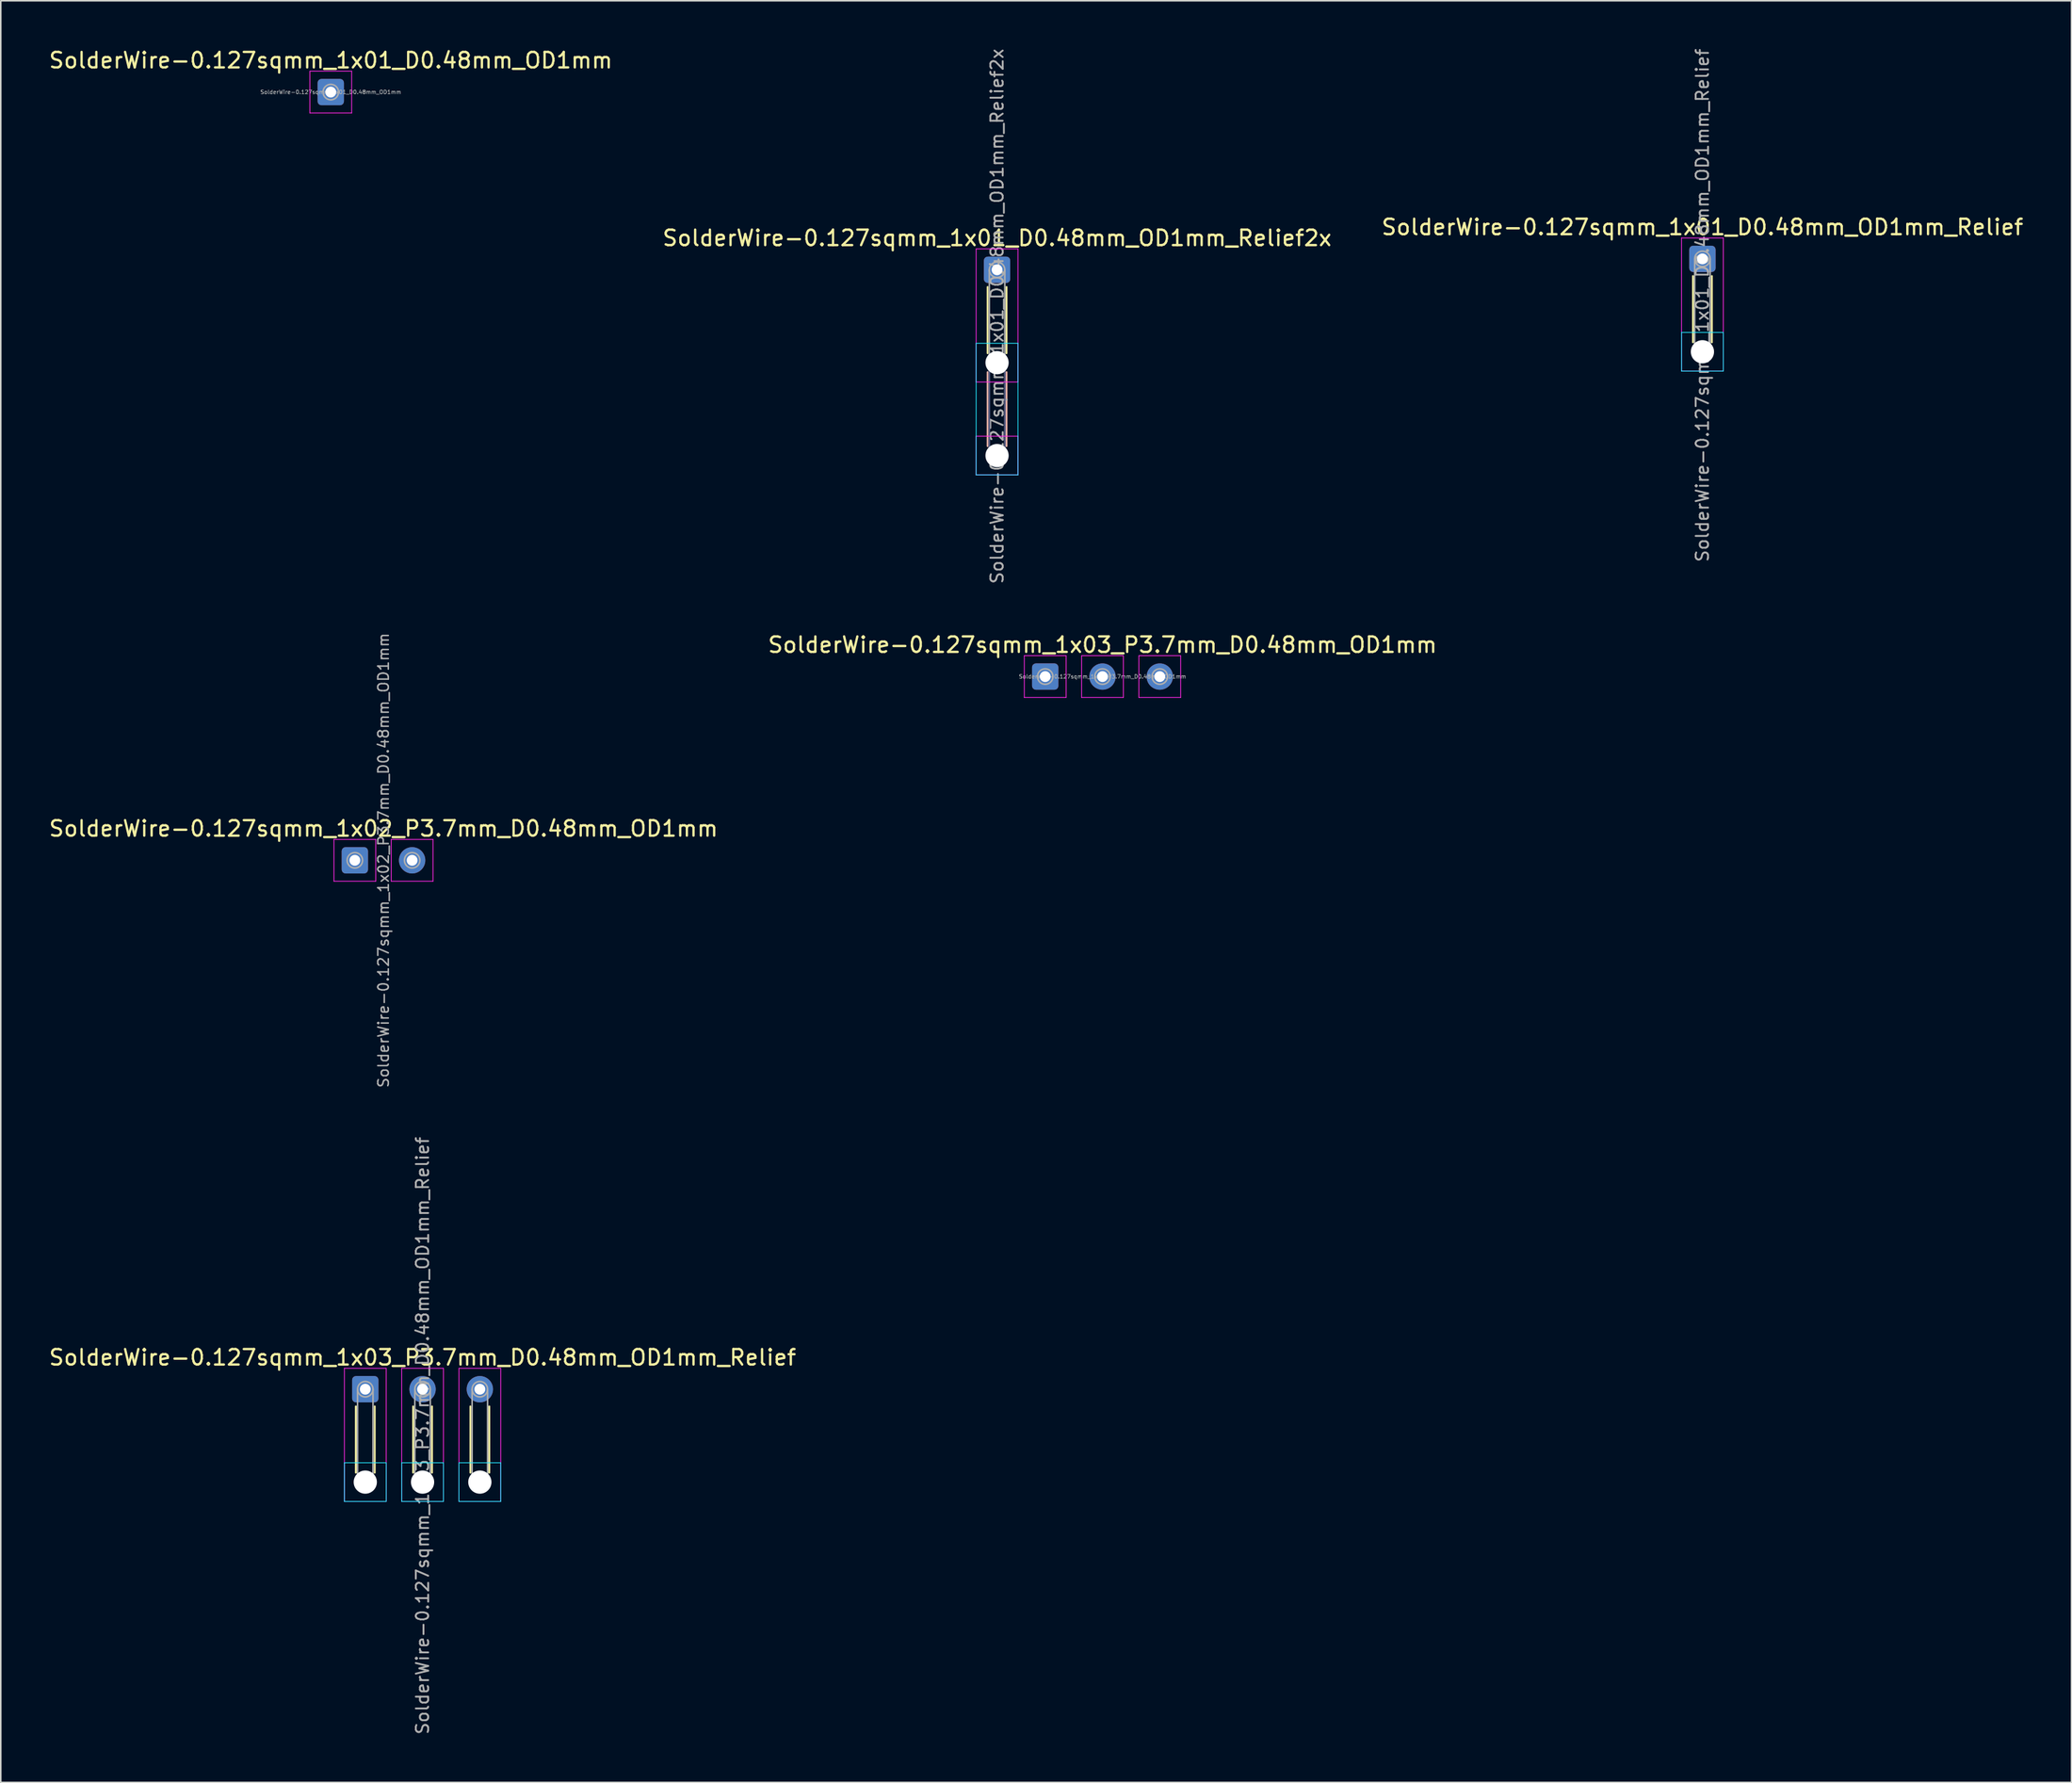
<source format=kicad_pcb>
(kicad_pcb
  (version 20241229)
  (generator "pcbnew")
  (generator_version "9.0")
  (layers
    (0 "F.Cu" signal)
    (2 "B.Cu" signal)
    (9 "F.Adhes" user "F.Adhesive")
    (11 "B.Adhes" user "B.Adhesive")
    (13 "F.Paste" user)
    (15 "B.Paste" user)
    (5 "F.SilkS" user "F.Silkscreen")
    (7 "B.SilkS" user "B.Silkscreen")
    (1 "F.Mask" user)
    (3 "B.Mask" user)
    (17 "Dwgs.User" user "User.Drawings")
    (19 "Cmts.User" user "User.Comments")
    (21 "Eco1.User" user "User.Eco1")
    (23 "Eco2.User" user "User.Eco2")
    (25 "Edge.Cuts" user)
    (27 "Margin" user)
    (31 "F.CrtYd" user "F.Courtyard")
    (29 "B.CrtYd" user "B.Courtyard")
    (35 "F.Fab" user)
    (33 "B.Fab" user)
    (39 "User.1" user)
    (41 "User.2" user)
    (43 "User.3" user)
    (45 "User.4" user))
  (footprint "SolderWire-0.127sqmm_1x03_P3.7mm_D0.48mm_OD1mm_Relief"
    (layer "F.Cu")
    (at 20.544 86.681)
    (property "Reference" "SolderWire-0.127sqmm_1x03_P3.7mm_D0.48mm_OD1mm_Relief" (at 3.7 -2.05 0) (layer "F.SilkS") (effects (font (size 1 1) (thickness 0.15))))
    (attr exclude_from_pos_files exclude_from_bom)
    (fp_line (start -0.61 1.11) (end -0.61 5.39) (stroke (width 0.12) (type solid)) (layer "F.SilkS"))
    (fp_line (start 0.61 1.11) (end 0.61 5.39) (stroke (width 0.12) (type solid)) (layer "F.SilkS"))
    (fp_line (start 3.09 1.11) (end 3.09 5.39) (stroke (width 0.12) (type solid)) (layer "F.SilkS"))
    (fp_line (start 4.31 1.11) (end 4.31 5.39) (stroke (width 0.12) (type solid)) (layer "F.SilkS"))
    (fp_line (start 6.79 1.11) (end 6.79 5.39) (stroke (width 0.12) (type solid)) (layer "F.SilkS"))
    (fp_line (start 8.01 1.11) (end 8.01 5.39) (stroke (width 0.12) (type solid)) (layer "F.SilkS"))
    (fp_line (start -1.35 4.75) (end -1.35 7.25) (stroke (width 0.05) (type solid)) (layer "B.CrtYd"))
    (fp_line (start -1.35 7.25) (end 1.35 7.25) (stroke (width 0.05) (type solid)) (layer "B.CrtYd"))
    (fp_line (start 1.35 4.75) (end -1.35 4.75) (stroke (width 0.05) (type solid)) (layer "B.CrtYd"))
    (fp_line (start 1.35 7.25) (end 1.35 4.75) (stroke (width 0.05) (type solid)) (layer "B.CrtYd"))
    (fp_line (start 2.35 4.75) (end 2.35 7.25) (stroke (width 0.05) (type solid)) (layer "B.CrtYd"))
    (fp_line (start 2.35 7.25) (end 5.05 7.25) (stroke (width 0.05) (type solid)) (layer "B.CrtYd"))
    (fp_line (start 5.05 4.75) (end 2.35 4.75) (stroke (width 0.05) (type solid)) (layer "B.CrtYd"))
    (fp_line (start 5.05 7.25) (end 5.05 4.75) (stroke (width 0.05) (type solid)) (layer "B.CrtYd"))
    (fp_line (start 6.05 4.75) (end 6.05 7.25) (stroke (width 0.05) (type solid)) (layer "B.CrtYd"))
    (fp_line (start 6.05 7.25) (end 8.75 7.25) (stroke (width 0.05) (type solid)) (layer "B.CrtYd"))
    (fp_line (start 8.75 4.75) (end 6.05 4.75) (stroke (width 0.05) (type solid)) (layer "B.CrtYd"))
    (fp_line (start 8.75 7.25) (end 8.75 4.75) (stroke (width 0.05) (type solid)) (layer "B.CrtYd"))
    (fp_line (start -1.35 -1.35) (end -1.35 7.25) (stroke (width 0.05) (type solid)) (layer "F.CrtYd"))
    (fp_line (start -1.35 7.25) (end 1.35 7.25) (stroke (width 0.05) (type solid)) (layer "F.CrtYd"))
    (fp_line (start 1.35 -1.35) (end -1.35 -1.35) (stroke (width 0.05) (type solid)) (layer "F.CrtYd"))
    (fp_line (start 1.35 7.25) (end 1.35 -1.35) (stroke (width 0.05) (type solid)) (layer "F.CrtYd"))
    (fp_line (start 2.35 -1.35) (end 2.35 7.25) (stroke (width 0.05) (type solid)) (layer "F.CrtYd"))
    (fp_line (start 2.35 7.25) (end 5.05 7.25) (stroke (width 0.05) (type solid)) (layer "F.CrtYd"))
    (fp_line (start 5.05 -1.35) (end 2.35 -1.35) (stroke (width 0.05) (type solid)) (layer "F.CrtYd"))
    (fp_line (start 5.05 7.25) (end 5.05 -1.35) (stroke (width 0.05) (type solid)) (layer "F.CrtYd"))
    (fp_line (start 6.05 -1.35) (end 6.05 7.25) (stroke (width 0.05) (type solid)) (layer "F.CrtYd"))
    (fp_line (start 6.05 7.25) (end 8.75 7.25) (stroke (width 0.05) (type solid)) (layer "F.CrtYd"))
    (fp_line (start 8.75 -1.35) (end 6.05 -1.35) (stroke (width 0.05) (type solid)) (layer "F.CrtYd"))
    (fp_line (start 8.75 7.25) (end 8.75 -1.35) (stroke (width 0.05) (type solid)) (layer "F.CrtYd"))
    (fp_line (start -0.5 0) (end -0.5 6) (stroke (width 0.1) (type solid)) (layer "F.Fab"))
    (fp_line (start 0.5 0) (end 0.5 6) (stroke (width 0.1) (type solid)) (layer "F.Fab"))
    (fp_line (start 3.2 0) (end 3.2 6) (stroke (width 0.1) (type solid)) (layer "F.Fab"))
    (fp_line (start 4.2 0) (end 4.2 6) (stroke (width 0.1) (type solid)) (layer "F.Fab"))
    (fp_line (start 6.9 0) (end 6.9 6) (stroke (width 0.1) (type solid)) (layer "F.Fab"))
    (fp_line (start 7.9 0) (end 7.9 6) (stroke (width 0.1) (type solid)) (layer "F.Fab"))
    (fp_circle (center 0 0) (end 0.5 0) (stroke (width 0.1) (type solid)) (fill no) (layer "F.Fab"))
    (fp_circle (center 0 6) (end 0.5 6) (stroke (width 0.1) (type solid)) (fill no) (layer "F.Fab"))
    (fp_circle (center 3.7 0) (end 4.2 0) (stroke (width 0.1) (type solid)) (fill no) (layer "F.Fab"))
    (fp_circle (center 3.7 6) (end 4.2 6) (stroke (width 0.1) (type solid)) (fill no) (layer "F.Fab"))
    (fp_circle (center 7.4 0) (end 7.9 0) (stroke (width 0.1) (type solid)) (fill no) (layer "F.Fab"))
    (fp_circle (center 7.4 6) (end 7.9 6) (stroke (width 0.1) (type solid)) (fill no) (layer "F.Fab"))
    (fp_text user "${REFERENCE}" (at 3.7 3 90) (layer "F.Fab") (effects (font (size 0.8 0.8) (thickness 0.12))))
    (pad "" np_thru_hole circle (at 0 6) (size 1.5 1.5) (drill 1.5) (layers "*.Cu" "*.Mask"))
    (pad "" np_thru_hole circle (at 3.7 6) (size 1.5 1.5) (drill 1.5) (layers "*.Cu" "*.Mask"))
    (pad "" np_thru_hole circle (at 7.4 6) (size 1.5 1.5) (drill 1.5) (layers "*.Cu" "*.Mask"))
    (pad "1" thru_hole roundrect (at 0 0) (size 1.7 1.7) (drill 0.7) (layers "*.Cu" "*.Mask") (roundrect_rratio 0.147))
    (pad "2" thru_hole circle (at 3.7 0) (size 1.7 1.7) (drill 0.7) (layers "*.Cu" "*.Mask"))
    (pad "3" thru_hole circle (at 7.4 0) (size 1.7 1.7) (drill 0.7) (layers "*.Cu" "*.Mask")))
  (footprint "SolderWire-0.127sqmm_1x03_P3.7mm_D0.48mm_OD1mm"
    (layer "F.Cu")
    (at 64.461 40.651)
    (property "Reference" "SolderWire-0.127sqmm_1x03_P3.7mm_D0.48mm_OD1mm" (at 3.7 -2.05 0) (layer "F.SilkS") (effects (font (size 1 1) (thickness 0.15))))
    (attr exclude_from_pos_files exclude_from_bom)
    (fp_line (start -1.35 -1.35) (end -1.35 1.35) (stroke (width 0.05) (type solid)) (layer "F.CrtYd"))
    (fp_line (start -1.35 1.35) (end 1.35 1.35) (stroke (width 0.05) (type solid)) (layer "F.CrtYd"))
    (fp_line (start 1.35 -1.35) (end -1.35 -1.35) (stroke (width 0.05) (type solid)) (layer "F.CrtYd"))
    (fp_line (start 1.35 1.35) (end 1.35 -1.35) (stroke (width 0.05) (type solid)) (layer "F.CrtYd"))
    (fp_line (start 2.35 -1.35) (end 2.35 1.35) (stroke (width 0.05) (type solid)) (layer "F.CrtYd"))
    (fp_line (start 2.35 1.35) (end 5.05 1.35) (stroke (width 0.05) (type solid)) (layer "F.CrtYd"))
    (fp_line (start 5.05 -1.35) (end 2.35 -1.35) (stroke (width 0.05) (type solid)) (layer "F.CrtYd"))
    (fp_line (start 5.05 1.35) (end 5.05 -1.35) (stroke (width 0.05) (type solid)) (layer "F.CrtYd"))
    (fp_line (start 6.05 -1.35) (end 6.05 1.35) (stroke (width 0.05) (type solid)) (layer "F.CrtYd"))
    (fp_line (start 6.05 1.35) (end 8.75 1.35) (stroke (width 0.05) (type solid)) (layer "F.CrtYd"))
    (fp_line (start 8.75 -1.35) (end 6.05 -1.35) (stroke (width 0.05) (type solid)) (layer "F.CrtYd"))
    (fp_line (start 8.75 1.35) (end 8.75 -1.35) (stroke (width 0.05) (type solid)) (layer "F.CrtYd"))
    (fp_circle (center 0 0) (end 0.5 0) (stroke (width 0.1) (type solid)) (fill no) (layer "F.Fab"))
    (fp_circle (center 3.7 0) (end 4.2 0) (stroke (width 0.1) (type solid)) (fill no) (layer "F.Fab"))
    (fp_circle (center 7.4 0) (end 7.9 0) (stroke (width 0.1) (type solid)) (fill no) (layer "F.Fab"))
    (fp_text user "${REFERENCE}" (at 3.7 0 0) (layer "F.Fab") (effects (font (size 0.25 0.25) (thickness 0.04))))
    (pad "1" thru_hole roundrect (at 0 0) (size 1.7 1.7) (drill 0.7) (layers "*.Cu" "*.Mask") (roundrect_rratio 0.147))
    (pad "2" thru_hole circle (at 3.7 0) (size 1.7 1.7) (drill 0.7) (layers "*.Cu" "*.Mask"))
    (pad "3" thru_hole circle (at 7.4 0) (size 1.7 1.7) (drill 0.7) (layers "*.Cu" "*.Mask")))
  (footprint "SolderWire-0.127sqmm_1x01_D0.48mm_OD1mm_Relief"
    (layer "F.Cu")
    (at 106.911 13.671)
    (property "Reference" "SolderWire-0.127sqmm_1x01_D0.48mm_OD1mm_Relief" (at 0 -2.05 0) (layer "F.SilkS") (effects (font (size 1 1) (thickness 0.15))))
    (attr exclude_from_pos_files exclude_from_bom)
    (fp_line (start -0.61 1.11) (end -0.61 5.39) (stroke (width 0.12) (type solid)) (layer "F.SilkS"))
    (fp_line (start 0.61 1.11) (end 0.61 5.39) (stroke (width 0.12) (type solid)) (layer "F.SilkS"))
    (fp_line (start -1.35 4.75) (end -1.35 7.25) (stroke (width 0.05) (type solid)) (layer "B.CrtYd"))
    (fp_line (start -1.35 7.25) (end 1.35 7.25) (stroke (width 0.05) (type solid)) (layer "B.CrtYd"))
    (fp_line (start 1.35 4.75) (end -1.35 4.75) (stroke (width 0.05) (type solid)) (layer "B.CrtYd"))
    (fp_line (start 1.35 7.25) (end 1.35 4.75) (stroke (width 0.05) (type solid)) (layer "B.CrtYd"))
    (fp_line (start -1.35 -1.35) (end -1.35 7.25) (stroke (width 0.05) (type solid)) (layer "F.CrtYd"))
    (fp_line (start -1.35 7.25) (end 1.35 7.25) (stroke (width 0.05) (type solid)) (layer "F.CrtYd"))
    (fp_line (start 1.35 -1.35) (end -1.35 -1.35) (stroke (width 0.05) (type solid)) (layer "F.CrtYd"))
    (fp_line (start 1.35 7.25) (end 1.35 -1.35) (stroke (width 0.05) (type solid)) (layer "F.CrtYd"))
    (fp_line (start -0.5 0) (end -0.5 6) (stroke (width 0.1) (type solid)) (layer "F.Fab"))
    (fp_line (start 0.5 0) (end 0.5 6) (stroke (width 0.1) (type solid)) (layer "F.Fab"))
    (fp_circle (center 0 0) (end 0.5 0) (stroke (width 0.1) (type solid)) (fill no) (layer "F.Fab"))
    (fp_circle (center 0 6) (end 0.5 6) (stroke (width 0.1) (type solid)) (fill no) (layer "F.Fab"))
    (fp_text user "${REFERENCE}" (at 0 3 90) (layer "F.Fab") (effects (font (size 0.8 0.8) (thickness 0.12))))
    (pad "" np_thru_hole circle (at 0 6) (size 1.5 1.5) (drill 1.5) (layers "*.Cu" "*.Mask"))
    (pad "1" thru_hole roundrect (at 0 0) (size 1.7 1.7) (drill 0.7) (layers "*.Cu" "*.Mask") (roundrect_rratio 0.147)))
  (footprint "SolderWire-0.127sqmm_1x01_D0.48mm_OD1mm_Relief2x"
    (layer "F.Cu")
    (at 61.351 14.376)
    (property "Reference" "SolderWire-0.127sqmm_1x01_D0.48mm_OD1mm_Relief2x" (at 0 -2.05 0) (layer "F.SilkS") (effects (font (size 1 1) (thickness 0.15))))
    (attr exclude_from_pos_files exclude_from_bom)
    (fp_line (start -0.61 1.11) (end -0.61 5.39) (stroke (width 0.12) (type solid)) (layer "F.SilkS"))
    (fp_line (start 0.61 1.11) (end 0.61 5.39) (stroke (width 0.12) (type solid)) (layer "F.SilkS"))
    (fp_line (start -0.61 6.61) (end -0.61 11.39) (stroke (width 0.12) (type solid)) (layer "B.SilkS"))
    (fp_line (start 0.61 6.61) (end 0.61 11.39) (stroke (width 0.12) (type solid)) (layer "B.SilkS"))
    (fp_line (start -1.35 4.75) (end -1.35 13.25) (stroke (width 0.05) (type solid)) (layer "B.CrtYd"))
    (fp_line (start -1.35 13.25) (end 1.35 13.25) (stroke (width 0.05) (type solid)) (layer "B.CrtYd"))
    (fp_line (start 1.35 4.75) (end -1.35 4.75) (stroke (width 0.05) (type solid)) (layer "B.CrtYd"))
    (fp_line (start 1.35 13.25) (end 1.35 4.75) (stroke (width 0.05) (type solid)) (layer "B.CrtYd"))
    (fp_line (start -1.35 -1.35) (end -1.35 7.25) (stroke (width 0.05) (type solid)) (layer "F.CrtYd"))
    (fp_line (start -1.35 7.25) (end 1.35 7.25) (stroke (width 0.05) (type solid)) (layer "F.CrtYd"))
    (fp_line (start -1.35 10.75) (end -1.35 13.25) (stroke (width 0.05) (type solid)) (layer "F.CrtYd"))
    (fp_line (start -1.35 13.25) (end 1.35 13.25) (stroke (width 0.05) (type solid)) (layer "F.CrtYd"))
    (fp_line (start 1.35 -1.35) (end -1.35 -1.35) (stroke (width 0.05) (type solid)) (layer "F.CrtYd"))
    (fp_line (start 1.35 7.25) (end 1.35 -1.35) (stroke (width 0.05) (type solid)) (layer "F.CrtYd"))
    (fp_line (start 1.35 10.75) (end -1.35 10.75) (stroke (width 0.05) (type solid)) (layer "F.CrtYd"))
    (fp_line (start 1.35 13.25) (end 1.35 10.75) (stroke (width 0.05) (type solid)) (layer "F.CrtYd"))
    (fp_line (start -0.5 6) (end -0.5 12) (stroke (width 0.1) (type solid)) (layer "B.Fab"))
    (fp_line (start 0.5 6) (end 0.5 12) (stroke (width 0.1) (type solid)) (layer "B.Fab"))
    (fp_circle (center 0 6) (end 0.5 6) (stroke (width 0.1) (type solid)) (fill no) (layer "B.Fab"))
    (fp_circle (center 0 12) (end 0.5 12) (stroke (width 0.1) (type solid)) (fill no) (layer "B.Fab"))
    (fp_line (start -0.5 0) (end -0.5 6) (stroke (width 0.1) (type solid)) (layer "F.Fab"))
    (fp_line (start 0.5 0) (end 0.5 6) (stroke (width 0.1) (type solid)) (layer "F.Fab"))
    (fp_circle (center 0 0) (end 0.5 0) (stroke (width 0.1) (type solid)) (fill no) (layer "F.Fab"))
    (fp_circle (center 0 6) (end 0.5 6) (stroke (width 0.1) (type solid)) (fill no) (layer "F.Fab"))
    (fp_circle (center 0 12) (end 0.5 12) (stroke (width 0.1) (type solid)) (fill no) (layer "F.Fab"))
    (fp_text user "${REFERENCE}" (at 0 3 90) (layer "F.Fab") (effects (font (size 0.8 0.8) (thickness 0.12))))
    (pad "" np_thru_hole circle (at 0 6) (size 1.5 1.5) (drill 1.5) (layers "*.Cu" "*.Mask"))
    (pad "" np_thru_hole circle (at 0 12) (size 1.5 1.5) (drill 1.5) (layers "*.Cu" "*.Mask"))
    (pad "1" thru_hole roundrect (at 0 0) (size 1.7 1.7) (drill 0.7) (layers "*.Cu" "*.Mask") (roundrect_rratio 0.147)))
  (footprint "SolderWire-0.127sqmm_1x01_D0.48mm_OD1mm"
    (layer "F.Cu")
    (at 18.315 2.898)
    (property "Reference" "SolderWire-0.127sqmm_1x01_D0.48mm_OD1mm" (at 0 -2.05 0) (layer "F.SilkS") (effects (font (size 1 1) (thickness 0.15))))
    (attr exclude_from_pos_files exclude_from_bom)
    (fp_line (start -1.35 -1.35) (end -1.35 1.35) (stroke (width 0.05) (type solid)) (layer "F.CrtYd"))
    (fp_line (start -1.35 1.35) (end 1.35 1.35) (stroke (width 0.05) (type solid)) (layer "F.CrtYd"))
    (fp_line (start 1.35 -1.35) (end -1.35 -1.35) (stroke (width 0.05) (type solid)) (layer "F.CrtYd"))
    (fp_line (start 1.35 1.35) (end 1.35 -1.35) (stroke (width 0.05) (type solid)) (layer "F.CrtYd"))
    (fp_circle (center 0 0) (end 0.5 0) (stroke (width 0.1) (type solid)) (fill no) (layer "F.Fab"))
    (fp_text user "${REFERENCE}" (at 0 0 0) (layer "F.Fab") (effects (font (size 0.25 0.25) (thickness 0.04))))
    (pad "1" thru_hole roundrect (at 0 0) (size 1.7 1.7) (drill 0.7) (layers "*.Cu" "*.Mask") (roundrect_rratio 0.147)))
  (footprint "SolderWire-0.127sqmm_1x02_P3.7mm_D0.48mm_OD1mm"
    (layer "F.Cu")
    (at 19.87 52.519)
    (property "Reference" "SolderWire-0.127sqmm_1x02_P3.7mm_D0.48mm_OD1mm" (at 1.85 -2.05 0) (layer "F.SilkS") (effects (font (size 1 1) (thickness 0.15))))
    (attr exclude_from_pos_files exclude_from_bom)
    (fp_line (start -1.35 -1.35) (end -1.35 1.35) (stroke (width 0.05) (type solid)) (layer "F.CrtYd"))
    (fp_line (start -1.35 1.35) (end 1.35 1.35) (stroke (width 0.05) (type solid)) (layer "F.CrtYd"))
    (fp_line (start 1.35 -1.35) (end -1.35 -1.35) (stroke (width 0.05) (type solid)) (layer "F.CrtYd"))
    (fp_line (start 1.35 1.35) (end 1.35 -1.35) (stroke (width 0.05) (type solid)) (layer "F.CrtYd"))
    (fp_line (start 2.35 -1.35) (end 2.35 1.35) (stroke (width 0.05) (type solid)) (layer "F.CrtYd"))
    (fp_line (start 2.35 1.35) (end 5.05 1.35) (stroke (width 0.05) (type solid)) (layer "F.CrtYd"))
    (fp_line (start 5.05 -1.35) (end 2.35 -1.35) (stroke (width 0.05) (type solid)) (layer "F.CrtYd"))
    (fp_line (start 5.05 1.35) (end 5.05 -1.35) (stroke (width 0.05) (type solid)) (layer "F.CrtYd"))
    (fp_circle (center 0 0) (end 0.5 0) (stroke (width 0.1) (type solid)) (fill no) (layer "F.Fab"))
    (fp_circle (center 3.7 0) (end 4.2 0) (stroke (width 0.1) (type solid)) (fill no) (layer "F.Fab"))
    (fp_text user "${REFERENCE}" (at 1.85 0 90) (layer "F.Fab") (effects (font (size 0.68 0.68) (thickness 0.1))))
    (pad "1" thru_hole roundrect (at 0 0) (size 1.7 1.7) (drill 0.7) (layers "*.Cu" "*.Mask") (roundrect_rratio 0.147))
    (pad "2" thru_hole circle (at 3.7 0) (size 1.7 1.7) (drill 0.7) (layers "*.Cu" "*.Mask")))
  (gr_rect
    (start -3 -3)
    (end 130.75 112.076)
    (stroke (width 0.1) (type default))
    (fill no)
    (layer "Edge.Cuts")))
</source>
